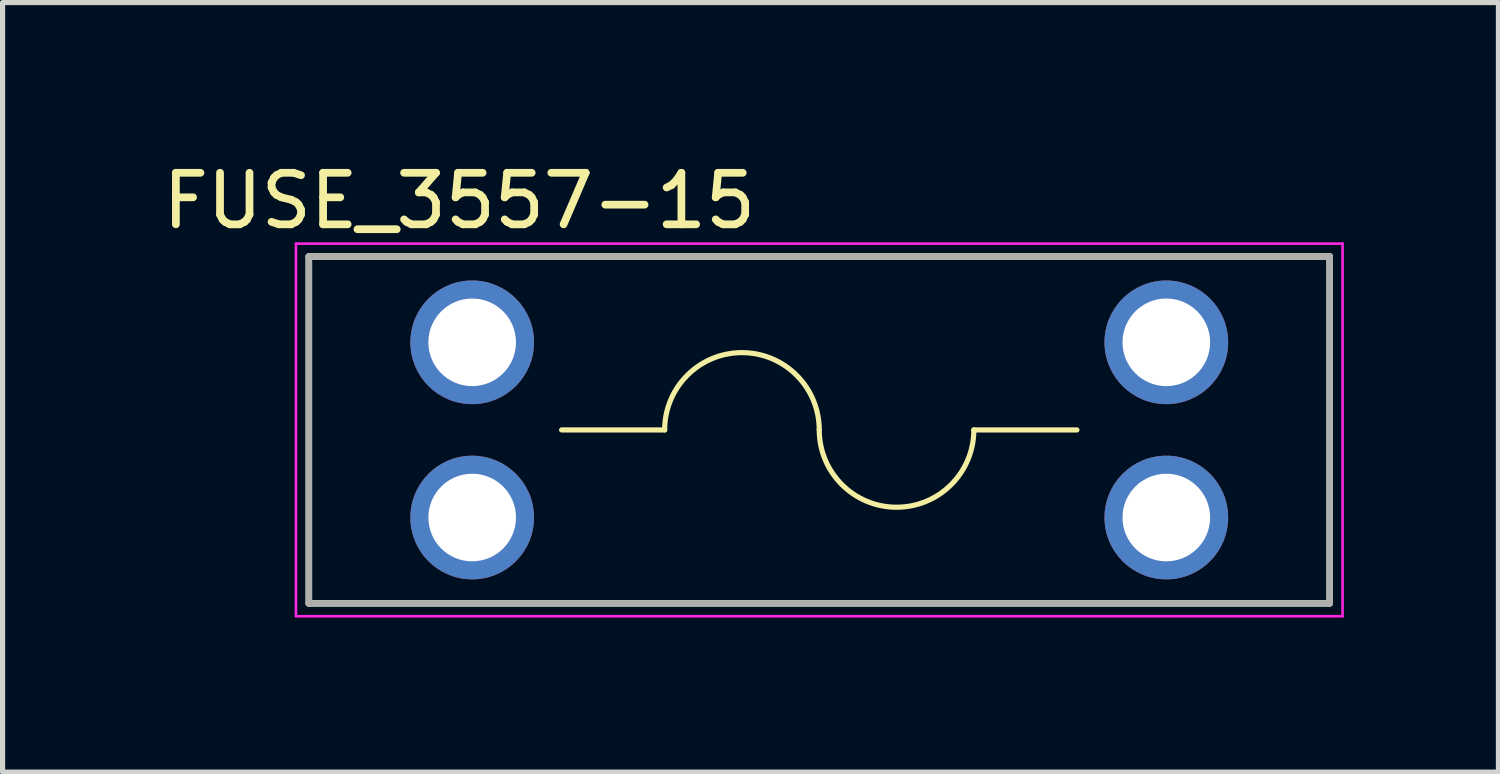
<source format=kicad_pcb>
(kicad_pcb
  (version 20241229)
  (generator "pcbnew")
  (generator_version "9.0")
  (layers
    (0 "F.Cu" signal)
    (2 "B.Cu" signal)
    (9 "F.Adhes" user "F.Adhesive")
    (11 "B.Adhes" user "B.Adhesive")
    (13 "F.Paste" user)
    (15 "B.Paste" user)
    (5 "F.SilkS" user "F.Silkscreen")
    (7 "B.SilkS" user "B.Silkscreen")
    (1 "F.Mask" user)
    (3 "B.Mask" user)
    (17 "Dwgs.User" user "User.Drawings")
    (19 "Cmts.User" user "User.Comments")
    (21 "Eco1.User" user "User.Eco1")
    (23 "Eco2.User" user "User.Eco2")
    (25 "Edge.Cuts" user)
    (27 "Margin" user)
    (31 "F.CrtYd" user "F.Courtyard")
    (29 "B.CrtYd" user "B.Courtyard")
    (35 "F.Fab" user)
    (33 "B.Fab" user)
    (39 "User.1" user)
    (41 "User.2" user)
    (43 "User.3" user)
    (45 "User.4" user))
  (footprint "FUSE_3557-15"
    (layer "F.Cu")
    (at 12.848 5.293)
    (property "Reference" "FUSE_3557-15" (at -6.985 -4.445 0) (layer "F.SilkS") (effects (font (size 1 1) (thickness 0.15))))
    (attr through_hole)
    (fp_line (start -9.905 -3.365) (end -9.905 3.365) (stroke (width 0.127) (type solid)) (layer "F.SilkS"))
    (fp_line (start -9.905 3.365) (end 9.905 3.365) (stroke (width 0.127) (type solid)) (layer "F.SilkS"))
    (fp_line (start -3 0) (end -5 0) (stroke (width 0.1) (type default)) (layer "F.SilkS"))
    (fp_line (start 3 0) (end 5 0) (stroke (width 0.1) (type default)) (layer "F.SilkS"))
    (fp_line (start 9.905 -3.365) (end -9.905 -3.365) (stroke (width 0.127) (type solid)) (layer "F.SilkS"))
    (fp_line (start 9.905 3.365) (end 9.905 -3.365) (stroke (width 0.127) (type solid)) (layer "F.SilkS"))
    (fp_arc (start -3 0) (mid -1.5 -1.5) (end 0 0) (stroke (width 0.1) (type default)) (layer "F.SilkS"))
    (fp_arc (start 3 0) (mid 1.5 1.5) (end 0 0) (stroke (width 0.1) (type default)) (layer "F.SilkS"))
    (fp_line (start -10.155 -3.615) (end 10.155 -3.615) (stroke (width 0.05) (type solid)) (layer "F.CrtYd"))
    (fp_line (start -10.155 3.615) (end -10.155 -3.615) (stroke (width 0.05) (type solid)) (layer "F.CrtYd"))
    (fp_line (start 10.155 -3.615) (end 10.155 3.615) (stroke (width 0.05) (type solid)) (layer "F.CrtYd"))
    (fp_line (start 10.155 3.615) (end -10.155 3.615) (stroke (width 0.05) (type solid)) (layer "F.CrtYd"))
    (fp_line (start -9.905 -3.365) (end -9.905 3.365) (stroke (width 0.127) (type solid)) (layer "F.Fab"))
    (fp_line (start -9.905 3.365) (end 9.905 3.365) (stroke (width 0.127) (type solid)) (layer "F.Fab"))
    (fp_line (start 9.905 -3.365) (end -9.905 -3.365) (stroke (width 0.127) (type solid)) (layer "F.Fab"))
    (fp_line (start 9.905 3.365) (end 9.905 -3.365) (stroke (width 0.127) (type solid)) (layer "F.Fab"))
    (pad "1" thru_hole circle (at -6.735 -1.7) (size 2.4 2.4) (drill 1.7) (layers "*.Cu" "*.Mask"))
    (pad "1" thru_hole circle (at -6.735 1.7) (size 2.4 2.4) (drill 1.7) (layers "*.Cu" "*.Mask"))
    (pad "2" thru_hole circle (at 6.735 -1.7) (size 2.4 2.4) (drill 1.7) (layers "*.Cu" "*.Mask"))
    (pad "2" thru_hole circle (at 6.735 1.7) (size 2.4 2.4) (drill 1.7) (layers "*.Cu" "*.Mask")))
  (gr_rect
    (start -3 -3)
    (end 26.028 11.933)
    (stroke (width 0.1) (type default))
    (fill no)
    (layer "Edge.Cuts")))
</source>
